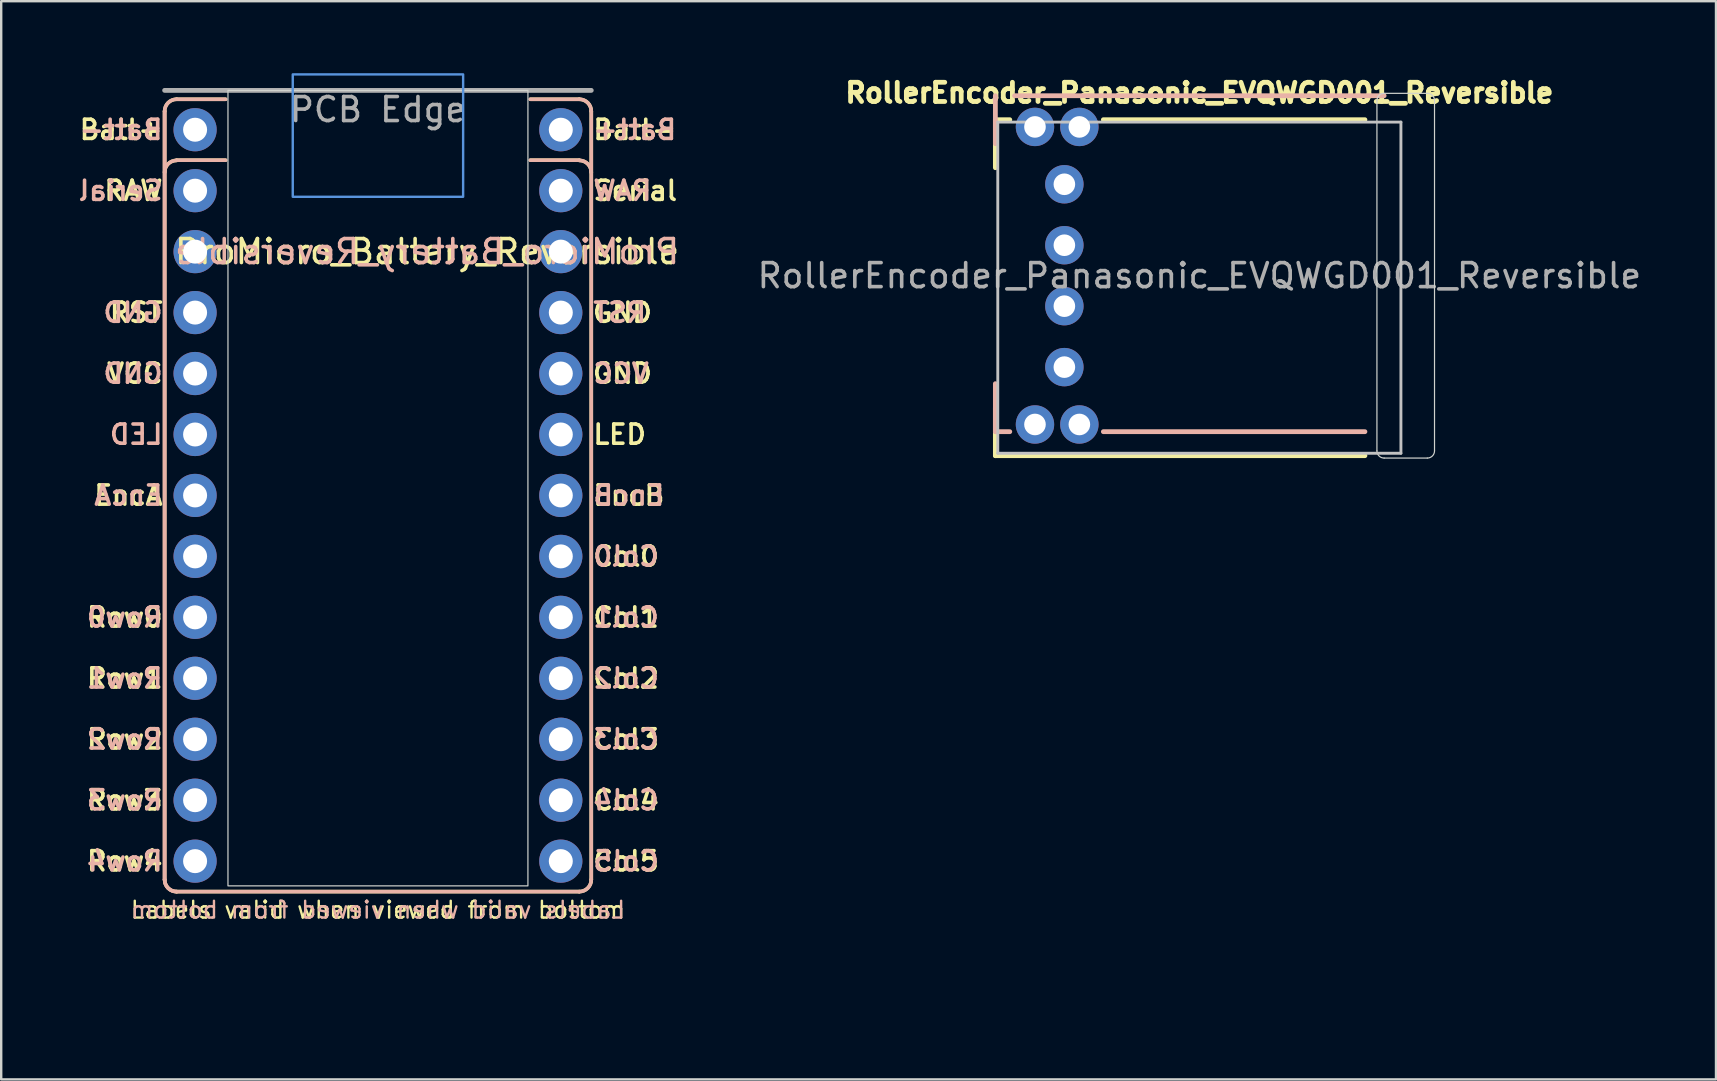
<source format=kicad_pcb>
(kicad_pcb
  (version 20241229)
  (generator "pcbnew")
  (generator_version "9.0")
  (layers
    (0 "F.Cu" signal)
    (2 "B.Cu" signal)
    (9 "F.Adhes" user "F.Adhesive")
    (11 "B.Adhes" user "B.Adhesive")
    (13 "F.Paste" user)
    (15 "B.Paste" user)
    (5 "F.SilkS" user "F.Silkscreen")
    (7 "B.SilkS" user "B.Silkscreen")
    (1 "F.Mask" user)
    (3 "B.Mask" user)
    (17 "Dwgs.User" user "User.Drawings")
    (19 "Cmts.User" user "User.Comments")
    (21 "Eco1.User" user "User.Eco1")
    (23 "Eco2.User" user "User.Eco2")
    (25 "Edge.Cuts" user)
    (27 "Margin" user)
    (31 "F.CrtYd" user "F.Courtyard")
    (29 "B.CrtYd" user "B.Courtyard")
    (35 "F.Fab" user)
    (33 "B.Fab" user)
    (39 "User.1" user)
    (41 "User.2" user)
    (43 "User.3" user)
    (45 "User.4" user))
  (footprint "RollerEncoder_Panasonic_EVQWGD001_Reversible"
    (layer "F.Cu")
    (at 46.93 8.439)
    (property "Reference" "RollerEncoder_Panasonic_EVQWGD001_Reversible" (at 0 0 0) (layer "F.Fab") (effects (font (size 1 1) (thickness 0.15))))
    (attr through_hole)
    (fp_line (start -8.5 -6.5) (end -8.5 -4.5) (stroke (width 0.2) (type solid)) (layer "F.SilkS"))
    (fp_line (start -8.5 5.5) (end -8.5 7.5) (stroke (width 0.2) (type solid)) (layer "F.SilkS"))
    (fp_line (start -8.5 7.5) (end 6.9 7.5) (stroke (width 0.2) (type solid)) (layer "F.SilkS"))
    (fp_line (start -7.9 -6.5) (end -8.5 -6.5) (stroke (width 0.2) (type solid)) (layer "F.SilkS"))
    (fp_line (start 6.9 -6.5) (end -4 -6.5) (stroke (width 0.2) (type solid)) (layer "F.SilkS"))
    (fp_line (start -8.5 -5.5) (end -8.5 -7.5) (stroke (width 0.2) (type solid)) (layer "B.SilkS"))
    (fp_line (start -8.5 6.5) (end -8.5 4.5) (stroke (width 0.2) (type solid)) (layer "B.SilkS"))
    (fp_line (start -7.9 6.5) (end -8.5 6.5) (stroke (width 0.2) (type solid)) (layer "B.SilkS"))
    (fp_line (start -7.7 -7.5) (end 7.7 -7.5) (stroke (width 0.2) (type solid)) (layer "B.SilkS"))
    (fp_line (start 6.9 6.5) (end -4 6.5) (stroke (width 0.2) (type solid)) (layer "B.SilkS"))
    (fp_line (start -8.4 -6.4) (end 8.4 -6.4) (stroke (width 0.12) (type solid)) (layer "Dwgs.User"))
    (fp_line (start -8.4 7.4) (end -8.4 -6.4) (stroke (width 0.12) (type solid)) (layer "Dwgs.User"))
    (fp_line (start 8.4 -6.4) (end 8.4 7.4) (stroke (width 0.12) (type solid)) (layer "Dwgs.User"))
    (fp_line (start 8.4 7.4) (end -8.4 7.4) (stroke (width 0.12) (type solid)) (layer "Dwgs.User"))
    (fp_line (start 7.4 -7.3) (end 7.4 7.3) (stroke (width 0.05) (type solid)) (layer "Edge.Cuts"))
    (fp_line (start 7.7 -7.6) (end 9.5 -7.6) (stroke (width 0.05) (type solid)) (layer "Edge.Cuts"))
    (fp_line (start 7.7 7.6) (end 9.5 7.6) (stroke (width 0.05) (type solid)) (layer "Edge.Cuts"))
    (fp_line (start 9.8 -7.3) (end 9.8 7.3) (stroke (width 0.05) (type solid)) (layer "Edge.Cuts"))
    (fp_arc (start 7.4 -7.3) (mid 7.487868 -7.512132) (end 7.7 -7.6) (stroke (width 0.05) (type solid)) (layer "Edge.Cuts"))
    (fp_arc (start 7.7 7.6) (mid 7.487868 7.512132) (end 7.4 7.3) (stroke (width 0.05) (type solid)) (layer "Edge.Cuts"))
    (fp_arc (start 9.5 -7.6) (mid 9.712132 -7.512132) (end 9.8 -7.3) (stroke (width 0.05) (type solid)) (layer "Edge.Cuts"))
    (fp_arc (start 9.8 7.3) (mid 9.712132 7.512132) (end 9.5 7.6) (stroke (width 0.05) (type solid)) (layer "Edge.Cuts"))
    (fp_text user "${REFERENCE}" (at 0 -7.62 0) (layer "F.SilkS") (effects (font (size 0.8 0.8) (thickness 0.2))))
    (pad "A" thru_hole circle (at -5.625 -3.81) (size 1.6 1.6) (drill 0.9) (layers "*.Cu" "*.Mask"))
    (pad "A" thru_hole circle (at -5.625 3.81) (size 1.6 1.6) (drill 0.9) (layers "*.Cu" "*.Mask"))
    (pad "B" thru_hole circle (at -5.625 -1.27) (size 1.6 1.6) (drill 0.9) (layers "*.Cu" "*.Mask"))
    (pad "C" thru_hole circle (at -5.625 1.27) (size 1.6 1.6) (drill 0.9) (layers "*.Cu" "*.Mask"))
    (pad "S1" thru_hole circle (at -6.85 -6.2) (size 1.6 1.6) (drill 0.9) (layers "*.Cu" "*.Mask"))
    (pad "S1" thru_hole circle (at -6.85 6.2) (size 1.6 1.6) (drill 0.9) (layers "*.Cu" "*.Mask"))
    (pad "S2" thru_hole circle (at -5 -6.2) (size 1.6 1.6) (drill 0.9) (layers "*.Cu" "*.Mask"))
    (pad "S3" thru_hole circle (at -5 6.2) (size 1.6 1.6) (drill 0.9) (layers "*.Cu" "*.Mask")))
  (footprint "ProMicro_Battery_Reversible"
    (layer "F.Cu")
    (at 12.7 18.866)
    (property "Reference" "ProMicro_Battery_Reversible" (at 12.647 -11.43 0) (unlocked yes) (layer "F.SilkS") (effects (font (size 1 1) (thickness 0.15)) (justify right)))
    (attr through_hole exclude_from_pos_files exclude_from_bom)
    (fp_line (start -8.89 14.74) (end -8.89 -17.28) (stroke (width 0.15) (type default)) (layer "F.SilkS"))
    (fp_line (start -8.39 -17.78) (end -6.35 -17.78) (stroke (width 0.15) (type default)) (layer "F.SilkS"))
    (fp_line (start -8.39 -15.24) (end -6.35 -15.24) (stroke (width 0.15) (type default)) (layer "F.SilkS"))
    (fp_line (start 6.35 -17.78) (end 8.39 -17.78) (stroke (width 0.15) (type default)) (layer "F.SilkS"))
    (fp_line (start 6.35 -15.24) (end 8.39 -15.24) (stroke (width 0.15) (type default)) (layer "F.SilkS"))
    (fp_line (start 8.39 15.24) (end -8.39 15.24) (stroke (width 0.15) (type default)) (layer "F.SilkS"))
    (fp_line (start 8.89 -17.28) (end 8.89 14.74) (stroke (width 0.15) (type default)) (layer "F.SilkS"))
    (fp_arc (start -8.89 -17.28) (mid -8.743553 -17.633553) (end -8.39 -17.78) (stroke (width 0.15) (type default)) (layer "F.SilkS"))
    (fp_arc (start -8.89 -14.732) (mid -8.743553 -15.085553) (end -8.39 -15.232) (stroke (width 0.15) (type default)) (layer "F.SilkS"))
    (fp_arc (start -8.39 15.24) (mid -8.743553 15.093553) (end -8.89 14.74) (stroke (width 0.15) (type default)) (layer "F.SilkS"))
    (fp_arc (start 8.39 -17.78) (mid 8.743553 -17.633553) (end 8.89 -17.28) (stroke (width 0.15) (type default)) (layer "F.SilkS"))
    (fp_arc (start 8.39 -15.232) (mid 8.743553 -15.085553) (end 8.89 -14.732) (stroke (width 0.15) (type default)) (layer "F.SilkS"))
    (fp_arc (start 8.89 14.74) (mid 8.743553 15.093553) (end 8.39 15.24) (stroke (width 0.15) (type default)) (layer "F.SilkS"))
    (fp_line (start -8.89 -17.28) (end -8.89 14.74) (stroke (width 0.15) (type default)) (layer "B.SilkS"))
    (fp_line (start -8.89 14.74) (end -8.89 -17.28) (stroke (width 0.15) (type default)) (layer "B.SilkS"))
    (fp_line (start -8.39 15.24) (end 8.39 15.24) (stroke (width 0.15) (type default)) (layer "B.SilkS"))
    (fp_line (start -6.35 -17.78) (end -8.39 -17.78) (stroke (width 0.15) (type default)) (layer "B.SilkS"))
    (fp_line (start -6.35 -15.24) (end -8.39 -15.24) (stroke (width 0.15) (type default)) (layer "B.SilkS"))
    (fp_line (start 8.39 -17.78) (end 6.35 -17.78) (stroke (width 0.15) (type default)) (layer "B.SilkS"))
    (fp_line (start 8.39 -15.24) (end 6.35 -15.24) (stroke (width 0.15) (type default)) (layer "B.SilkS"))
    (fp_line (start 8.89 -17.28) (end 8.89 14.74) (stroke (width 0.15) (type default)) (layer "B.SilkS"))
    (fp_arc (start -8.89 -17.28) (mid -8.743553 -17.633553) (end -8.39 -17.78) (stroke (width 0.15) (type default)) (layer "B.SilkS"))
    (fp_arc (start -8.89 -14.732) (mid -8.743553 -15.085553) (end -8.39 -15.232) (stroke (width 0.15) (type default)) (layer "B.SilkS"))
    (fp_arc (start -8.39 15.24) (mid -8.743553 15.093553) (end -8.89 14.74) (stroke (width 0.15) (type default)) (layer "B.SilkS"))
    (fp_arc (start -8.39 15.24) (mid -8.743553 15.093553) (end -8.89 14.74) (stroke (width 0.15) (type default)) (layer "B.SilkS"))
    (fp_arc (start 8.39 -17.78) (mid 8.743553 -17.633553) (end 8.89 -17.28) (stroke (width 0.15) (type default)) (layer "B.SilkS"))
    (fp_arc (start 8.39 -15.232) (mid 8.743553 -15.085553) (end 8.89 -14.732) (stroke (width 0.15) (type default)) (layer "B.SilkS"))
    (fp_arc (start 8.89 14.74) (mid 8.743553 15.093553) (end 8.39 15.24) (stroke (width 0.15) (type default)) (layer "B.SilkS"))
    (fp_rect (start -3.55 -18.816) (end 3.55 -13.716) (stroke (width 0.1) (type default)) (fill no) (layer "Cmts.User"))
    (fp_rect (start -6.25 -18.15) (end 6.25 15) (stroke (width 0.05) (type default)) (fill no) (layer "Edge.Cuts"))
    (fp_line (start -8.89 -18.15) (end 8.89 -18.15) (stroke (width 0.2) (type default)) (layer "F.Fab"))
    (fp_text user "Row0" (at -8.89 3.81 0) (unlocked yes) (layer "F.SilkS") (effects (font (size 0.8 0.8) (thickness 0.15)) (justify right)))
    (fp_text user "EncA" (at -8.89 -1.27 0) (unlocked yes) (layer "F.SilkS") (effects (font (size 0.8 0.8) (thickness 0.15)) (justify right)))
    (fp_text user "LED" (at 8.89 -3.81 0) (unlocked yes) (layer "F.SilkS") (effects (font (size 0.8 0.8) (thickness 0.15)) (justify left)))
    (fp_text user "Row3" (at -8.89 11.43 0) (unlocked yes) (layer "F.SilkS") (effects (font (size 0.8 0.8) (thickness 0.15)) (justify right)))
    (fp_text user "Serial" (at 8.89 -13.97 0) (unlocked yes) (layer "F.SilkS") (effects (font (size 0.8 0.8) (thickness 0.15)) (justify left)))
    (fp_text user "Col2" (at 8.89 6.35 0) (unlocked yes) (layer "F.SilkS") (effects (font (size 0.8 0.8) (thickness 0.15)) (justify left)))
    (fp_text user "EncB" (at 8.89 -1.27 0) (unlocked yes) (layer "F.SilkS") (effects (font (size 0.8 0.8) (thickness 0.15)) (justify left)))
    (fp_text user "Labels valid when viewed from bottom" (at 0 16.002 0) (layer "F.SilkS") (effects (font (size 0.7 0.7) (thickness 0.1))))
    (fp_text user "Col1" (at 8.89 3.81 0) (unlocked yes) (layer "F.SilkS") (effects (font (size 0.8 0.8) (thickness 0.15)) (justify left)))
    (fp_text user "RST" (at -8.89 -8.89 0) (unlocked yes) (layer "F.SilkS") (effects (font (size 0.8 0.8) (thickness 0.15)) (justify right)))
    (fp_text user "Col0" (at 8.89 1.27 0) (unlocked yes) (layer "F.SilkS") (effects (font (size 0.8 0.8) (thickness 0.15)) (justify left)))
    (fp_text user "Batt+" (at -8.89 -16.51 0) (unlocked yes) (layer "F.SilkS") (effects (font (size 0.8 0.8) (thickness 0.15)) (justify right)))
    (fp_text user "RAW" (at -8.89 -13.97 0) (unlocked yes) (layer "F.SilkS") (effects (font (size 0.8 0.8) (thickness 0.15)) (justify right)))
    (fp_text user "Col4" (at 8.89 11.43 0) (unlocked yes) (layer "F.SilkS") (effects (font (size 0.8 0.8) (thickness 0.15)) (justify left)))
    (fp_text user "VCC" (at -8.89 -6.35 0) (unlocked yes) (layer "F.SilkS") (effects (font (size 0.8 0.8) (thickness 0.15)) (justify right)))
    (fp_text user "GND" (at 8.87 -6.35 0) (unlocked yes) (layer "F.SilkS") (effects (font (size 0.8 0.8) (thickness 0.15)) (justify left)))
    (fp_text user "Row2" (at -8.89 8.89 0) (unlocked yes) (layer "F.SilkS") (effects (font (size 0.8 0.8) (thickness 0.15)) (justify right)))
    (fp_text user "Row1" (at -8.89 6.35 0) (unlocked yes) (layer "F.SilkS") (effects (font (size 0.8 0.8) (thickness 0.15)) (justify right)))
    (fp_text user "GND" (at 8.87 -8.89 0) (unlocked yes) (layer "F.SilkS") (effects (font (size 0.8 0.8) (thickness 0.15)) (justify left)))
    (fp_text user "Row4" (at -8.89 13.97 0) (unlocked yes) (layer "F.SilkS") (effects (font (size 0.8 0.8) (thickness 0.15)) (justify right)))
    (fp_text user "Col3" (at 8.89 8.89 0) (unlocked yes) (layer "F.SilkS") (effects (font (size 0.8 0.8) (thickness 0.15)) (justify left)))
    (fp_text user "Col5" (at 8.89 13.97 0) (unlocked yes) (layer "F.SilkS") (effects (font (size 0.8 0.8) (thickness 0.15)) (justify left)))
    (fp_text user "Batt-" (at 8.89 -16.51 0) (unlocked yes) (layer "F.SilkS") (effects (font (size 0.8 0.8) (thickness 0.15)) (justify left)))
    (fp_text user "Row3" (at -8.89 11.43 0) (unlocked yes) (layer "B.SilkS") (effects (font (size 0.8 0.8) (thickness 0.15)) (justify left mirror)))
    (fp_text user "VCC" (at 8.89 -6.35 0) (unlocked yes) (layer "B.SilkS") (effects (font (size 0.8 0.8) (thickness 0.15)) (justify right mirror)))
    (fp_text user "RST" (at 8.89 -8.89 0) (unlocked yes) (layer "B.SilkS") (effects (font (size 0.8 0.8) (thickness 0.15)) (justify right mirror)))
    (fp_text user "GND" (at -8.89 -6.35 0) (unlocked yes) (layer "B.SilkS") (effects (font (size 0.8 0.8) (thickness 0.15)) (justify left mirror)))
    (fp_text user "LED" (at -8.89 -3.81 0) (unlocked yes) (layer "B.SilkS") (effects (font (size 0.8 0.8) (thickness 0.15)) (justify left mirror)))
    (fp_text user "Col0" (at 8.89 1.27 0) (unlocked yes) (layer "B.SilkS") (effects (font (size 0.8 0.8) (thickness 0.15)) (justify right mirror)))
    (fp_text user "Col5" (at 8.89 13.97 0) (unlocked yes) (layer "B.SilkS") (effects (font (size 0.8 0.8) (thickness 0.15)) (justify right mirror)))
    (fp_text user "${REFERENCE}" (at 12.647 -11.43 0) (layer "B.SilkS") (effects (font (size 1 1) (thickness 0.15)) (justify left mirror)))
    (fp_text user "Row0" (at -8.89 3.81 0) (unlocked yes) (layer "B.SilkS") (effects (font (size 0.8 0.8) (thickness 0.15)) (justify left mirror)))
    (fp_text user "Col1" (at 8.89 3.81 0) (unlocked yes) (layer "B.SilkS") (effects (font (size 0.8 0.8) (thickness 0.15)) (justify right mirror)))
    (fp_text user "Row1" (at -8.89 6.35 0) (unlocked yes) (layer "B.SilkS") (effects (font (size 0.8 0.8) (thickness 0.15)) (justify left mirror)))
    (fp_text user "EncB" (at 8.89 -1.27 0) (unlocked yes) (layer "B.SilkS") (effects (font (size 0.8 0.8) (thickness 0.15)) (justify right mirror)))
    (fp_text user "RAW" (at 8.89 -13.97 0) (unlocked yes) (layer "B.SilkS") (effects (font (size 0.8 0.8) (thickness 0.15)) (justify right mirror)))
    (fp_text user "Batt+" (at 8.89 -16.51 0) (unlocked yes) (layer "B.SilkS") (effects (font (size 0.8 0.8) (thickness 0.15)) (justify right mirror)))
    (fp_text user "EncA" (at -8.89 -1.27 0) (unlocked yes) (layer "B.SilkS") (effects (font (size 0.8 0.8) (thickness 0.15)) (justify left mirror)))
    (fp_text user "Col3" (at 8.89 8.89 0) (unlocked yes) (layer "B.SilkS") (effects (font (size 0.8 0.8) (thickness 0.15)) (justify right mirror)))
    (fp_text user "Serial" (at -8.89 -13.97 0) (unlocked yes) (layer "B.SilkS") (effects (font (size 0.8 0.8) (thickness 0.15)) (justify left mirror)))
    (fp_text user "Batt-" (at -8.89 -16.51 0) (unlocked yes) (layer "B.SilkS") (effects (font (size 0.8 0.8) (thickness 0.15)) (justify left mirror)))
    (fp_text user "GND" (at -8.89 -8.89 0) (unlocked yes) (layer "B.SilkS") (effects (font (size 0.8 0.8) (thickness 0.15)) (justify left mirror)))
    (fp_text user "Col4" (at 8.89 11.43 0) (unlocked yes) (layer "B.SilkS") (effects (font (size 0.8 0.8) (thickness 0.15)) (justify right mirror)))
    (fp_text user "Labels valid when viewed from bottom" (at 0 16.002 180) (layer "B.SilkS") (effects (font (size 0.7 0.7) (thickness 0.1)) (justify mirror)))
    (fp_text user "Row4" (at -8.89 13.97 0) (unlocked yes) (layer "B.SilkS") (effects (font (size 0.8 0.8) (thickness 0.15)) (justify left mirror)))
    (fp_text user "Row2" (at -8.89 8.89 0) (unlocked yes) (layer "B.SilkS") (effects (font (size 0.8 0.8) (thickness 0.15)) (justify left mirror)))
    (fp_text user "Col2" (at 8.89 6.35 0) (unlocked yes) (layer "B.SilkS") (effects (font (size 0.8 0.8) (thickness 0.15)) (justify right mirror)))
    (fp_text user "PCB Edge" (at 0 -16.764 0) (unlocked yes) (layer "F.Fab") (effects (font (size 1 1) (thickness 0.15)) (justify bottom)))
    (pad "0" thru_hole circle (at -7.62 -16.51) (size 1.8 1.8) (drill 1) (layers "*.Cu" "*.Mask"))
    (pad "1" thru_hole circle (at -7.62 -13.97) (size 1.8 1.8) (drill 1) (layers "*.Cu" "*.Mask"))
    (pad "2" thru_hole circle (at -7.62 -11.43) (size 1.8 1.8) (drill 1) (layers "*.Cu" "*.Mask"))
    (pad "3" thru_hole circle (at -7.62 -8.89) (size 1.8 1.8) (drill 1) (layers "*.Cu" "*.Mask"))
    (pad "4" thru_hole circle (at -7.62 -6.35) (size 1.8 1.8) (drill 1) (layers "*.Cu" "*.Mask"))
    (pad "5" thru_hole circle (at -7.62 -3.81) (size 1.8 1.8) (drill 1) (layers "*.Cu" "*.Mask"))
    (pad "6" thru_hole circle (at -7.62 -1.27) (size 1.8 1.8) (drill 1) (layers "*.Cu" "*.Mask"))
    (pad "7" thru_hole circle (at -7.62 1.27) (size 1.8 1.8) (drill 1) (layers "*.Cu" "*.Mask"))
    (pad "8" thru_hole circle (at -7.62 3.81) (size 1.8 1.8) (drill 1) (layers "*.Cu" "*.Mask"))
    (pad "9" thru_hole circle (at -7.62 6.35) (size 1.8 1.8) (drill 1) (layers "*.Cu" "*.Mask"))
    (pad "10" thru_hole circle (at -7.62 8.89) (size 1.8 1.8) (drill 1) (layers "*.Cu" "*.Mask"))
    (pad "11" thru_hole circle (at -7.62 11.43) (size 1.8 1.8) (drill 1) (layers "*.Cu" "*.Mask"))
    (pad "12" thru_hole circle (at -7.62 13.97) (size 1.8 1.8) (drill 1) (layers "*.Cu" "*.Mask"))
    (pad "13" thru_hole circle (at 7.62 -13.97) (size 1.8 1.8) (drill 1) (layers "*.Cu" "*.Mask"))
    (pad "14" thru_hole circle (at 7.62 -11.43) (size 1.8 1.8) (drill 1) (layers "*.Cu" "*.Mask"))
    (pad "15" thru_hole circle (at 7.62 -8.89) (size 1.8 1.8) (drill 1) (layers "*.Cu" "*.Mask"))
    (pad "16" thru_hole circle (at 7.62 -6.35) (size 1.8 1.8) (drill 1) (layers "*.Cu" "*.Mask"))
    (pad "17" thru_hole circle (at 7.62 -3.81) (size 1.8 1.8) (drill 1) (layers "*.Cu" "*.Mask"))
    (pad "18" thru_hole circle (at 7.62 -1.27) (size 1.8 1.8) (drill 1) (layers "*.Cu" "*.Mask"))
    (pad "19" thru_hole circle (at 7.62 1.27) (size 1.8 1.8) (drill 1) (layers "*.Cu" "*.Mask"))
    (pad "20" thru_hole circle (at 7.62 3.81) (size 1.8 1.8) (drill 1) (layers "*.Cu" "*.Mask"))
    (pad "21" thru_hole circle (at 7.62 6.35) (size 1.8 1.8) (drill 1) (layers "*.Cu" "*.Mask"))
    (pad "22" thru_hole circle (at 7.62 8.89) (size 1.8 1.8) (drill 1) (layers "*.Cu" "*.Mask"))
    (pad "23" thru_hole circle (at 7.62 11.43) (size 1.8 1.8) (drill 1) (layers "*.Cu" "*.Mask"))
    (pad "24" thru_hole circle (at 7.62 13.97) (size 1.8 1.8) (drill 1) (layers "*.Cu" "*.Mask"))
    (pad "25" thru_hole circle (at 7.62 -16.51) (size 1.8 1.8) (drill 1) (layers "*.Cu" "*.Mask"))
    (zone (net_name "") (layers "F.Cu" "B.Cu" "F.Fab") (name "nice!nano Antena") (hatch edge 0.5) (connect_pads) (min_thickness 0.25) (filled_areas_thickness no) (keepout (tracks allowed) (vias allowed) (pads allowed) (copperpour not_allowed) (footprints allowed)) (placement (enabled no)) (fill) (polygon (pts (xy 0 29.026) (xy 0 38.932) (xy 25.4 38.932) (xy 25.4 29.026)))))
  (gr_rect
    (start -3 -3)
    (end 68.46 41.932)
    (stroke (width 0.1) (type default))
    (fill no)
    (layer "Edge.Cuts")))
</source>
